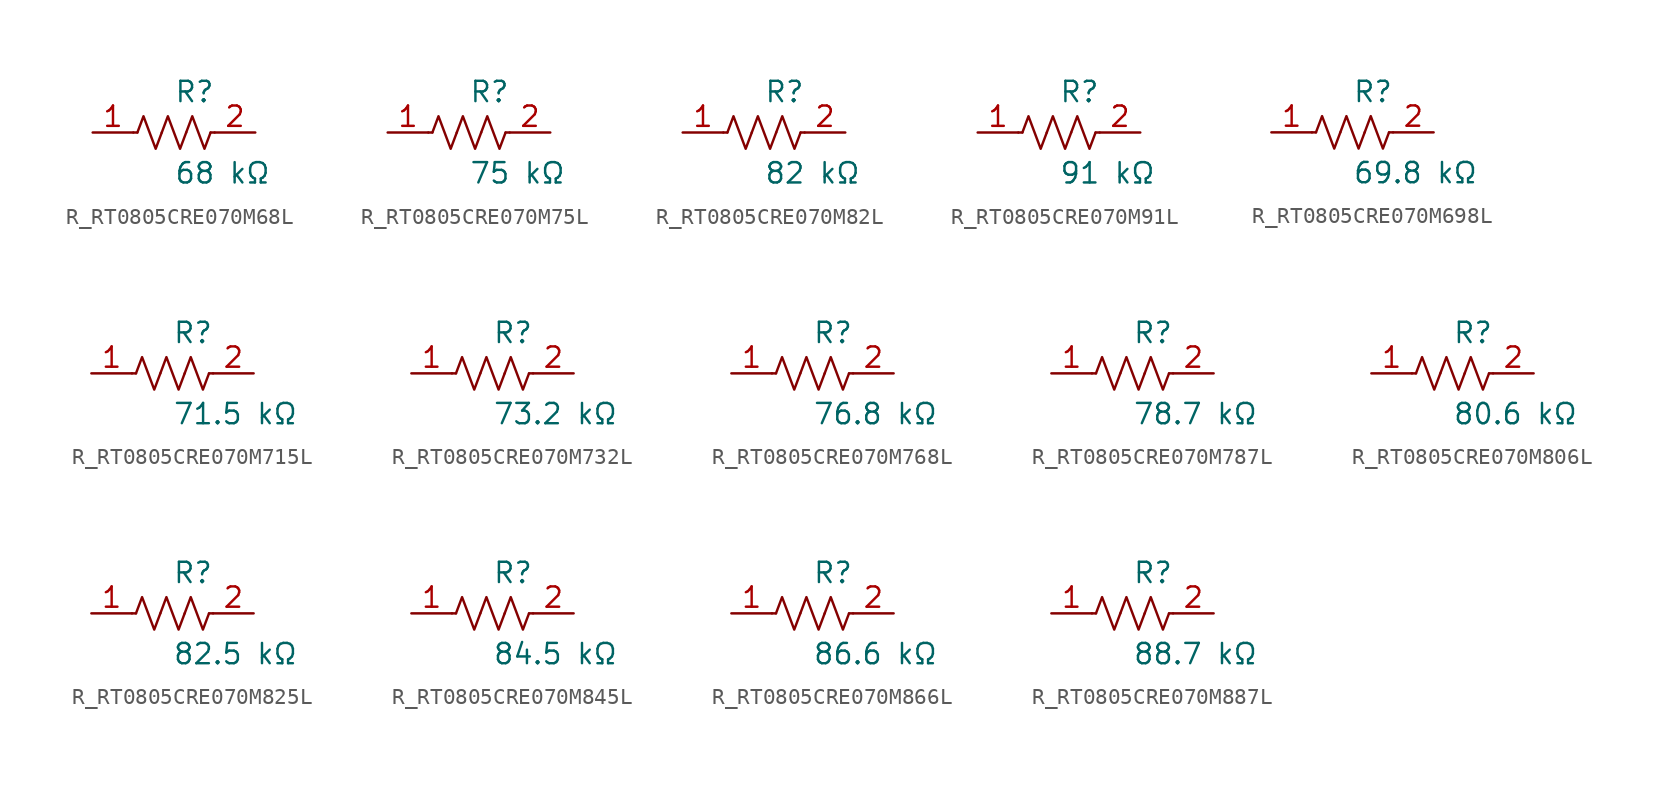
<source format=kicad_sym>
(kicad_symbol_lib
  (version 20231120)
  (generator kicad_symbol_editor)
  (generator_version 8.0)
  (symbol "R_RT0805CRE070M68L"
    (pin_names
      (offset 0.254))
    (property "Reference" "R"
      (at 0.0 2.54 0)
      (effects (font (size 1.27 1.27)) (justify left)))
    (property "Value" "68 kΩ"
      (at 0.0 -2.54 0)
      (effects (font (size 1.27 1.27)) (justify left)))
    (symbol "R_RT0805CRE070M68L_0_1"
      (polyline (pts (xy 2.286 0) (xy 2.54 0)) (stroke (width 0) (type default)) (fill (type none)))
      (polyline (pts (xy -2.286 0) (xy -2.54 0)) (stroke (width 0) (type default)) (fill (type none)))
      (polyline (pts (xy 0.762 0) (xy 1.143 1.016) (xy 1.524 0) (xy 1.905 -1.016) (xy 2.286 0)) (stroke (width 0) (type default)) (fill (type none)))
      (polyline (pts (xy -0.762 0) (xy -0.381 1.016) (xy 0 0) (xy 0.381 -1.016) (xy 0.762 0)) (stroke (width 0) (type default)) (fill (type none)))
      (polyline (pts (xy -2.286 0) (xy -1.905 1.016) (xy -1.524 0) (xy -1.143 -1.016) (xy -0.762 0)) (stroke (width 0) (type default)) (fill (type none))))
    (pin unspecified line
      (at -5.08 0 0)
      (length 2.54)
      (name "" (effects (font (size 1.27 1.27))))
      (number "1" (effects (font (size 1.27 1.27)))))
    (pin unspecified line
      (at 5.08 0 180)
      (length 2.54)
      (name "" (effects (font (size 1.27 1.27))))
      (number "2" (effects (font (size 1.27 1.27))))))
  (symbol "R_RT0805CRE070M75L"
    (pin_names
      (offset 0.254))
    (property "Reference" "R"
      (at 0.0 2.54 0)
      (effects (font (size 1.27 1.27)) (justify left)))
    (property "Value" "75 kΩ"
      (at 0.0 -2.54 0)
      (effects (font (size 1.27 1.27)) (justify left)))
    (symbol "R_RT0805CRE070M75L_0_1"
      (polyline (pts (xy 2.286 0) (xy 2.54 0)) (stroke (width 0) (type default)) (fill (type none)))
      (polyline (pts (xy -2.286 0) (xy -2.54 0)) (stroke (width 0) (type default)) (fill (type none)))
      (polyline (pts (xy 0.762 0) (xy 1.143 1.016) (xy 1.524 0) (xy 1.905 -1.016) (xy 2.286 0)) (stroke (width 0) (type default)) (fill (type none)))
      (polyline (pts (xy -0.762 0) (xy -0.381 1.016) (xy 0 0) (xy 0.381 -1.016) (xy 0.762 0)) (stroke (width 0) (type default)) (fill (type none)))
      (polyline (pts (xy -2.286 0) (xy -1.905 1.016) (xy -1.524 0) (xy -1.143 -1.016) (xy -0.762 0)) (stroke (width 0) (type default)) (fill (type none))))
    (pin unspecified line
      (at -5.08 0 0)
      (length 2.54)
      (name "" (effects (font (size 1.27 1.27))))
      (number "1" (effects (font (size 1.27 1.27)))))
    (pin unspecified line
      (at 5.08 0 180)
      (length 2.54)
      (name "" (effects (font (size 1.27 1.27))))
      (number "2" (effects (font (size 1.27 1.27))))))
  (symbol "R_RT0805CRE070M82L"
    (pin_names
      (offset 0.254))
    (property "Reference" "R"
      (at 0.0 2.54 0)
      (effects (font (size 1.27 1.27)) (justify left)))
    (property "Value" "82 kΩ"
      (at 0.0 -2.54 0)
      (effects (font (size 1.27 1.27)) (justify left)))
    (symbol "R_RT0805CRE070M82L_0_1"
      (polyline (pts (xy 2.286 0) (xy 2.54 0)) (stroke (width 0) (type default)) (fill (type none)))
      (polyline (pts (xy -2.286 0) (xy -2.54 0)) (stroke (width 0) (type default)) (fill (type none)))
      (polyline (pts (xy 0.762 0) (xy 1.143 1.016) (xy 1.524 0) (xy 1.905 -1.016) (xy 2.286 0)) (stroke (width 0) (type default)) (fill (type none)))
      (polyline (pts (xy -0.762 0) (xy -0.381 1.016) (xy 0 0) (xy 0.381 -1.016) (xy 0.762 0)) (stroke (width 0) (type default)) (fill (type none)))
      (polyline (pts (xy -2.286 0) (xy -1.905 1.016) (xy -1.524 0) (xy -1.143 -1.016) (xy -0.762 0)) (stroke (width 0) (type default)) (fill (type none))))
    (pin unspecified line
      (at -5.08 0 0)
      (length 2.54)
      (name "" (effects (font (size 1.27 1.27))))
      (number "1" (effects (font (size 1.27 1.27)))))
    (pin unspecified line
      (at 5.08 0 180)
      (length 2.54)
      (name "" (effects (font (size 1.27 1.27))))
      (number "2" (effects (font (size 1.27 1.27))))))
  (symbol "R_RT0805CRE070M91L"
    (pin_names
      (offset 0.254))
    (property "Reference" "R"
      (at 0.0 2.54 0)
      (effects (font (size 1.27 1.27)) (justify left)))
    (property "Value" "91 kΩ"
      (at 0.0 -2.54 0)
      (effects (font (size 1.27 1.27)) (justify left)))
    (symbol "R_RT0805CRE070M91L_0_1"
      (polyline (pts (xy 2.286 0) (xy 2.54 0)) (stroke (width 0) (type default)) (fill (type none)))
      (polyline (pts (xy -2.286 0) (xy -2.54 0)) (stroke (width 0) (type default)) (fill (type none)))
      (polyline (pts (xy 0.762 0) (xy 1.143 1.016) (xy 1.524 0) (xy 1.905 -1.016) (xy 2.286 0)) (stroke (width 0) (type default)) (fill (type none)))
      (polyline (pts (xy -0.762 0) (xy -0.381 1.016) (xy 0 0) (xy 0.381 -1.016) (xy 0.762 0)) (stroke (width 0) (type default)) (fill (type none)))
      (polyline (pts (xy -2.286 0) (xy -1.905 1.016) (xy -1.524 0) (xy -1.143 -1.016) (xy -0.762 0)) (stroke (width 0) (type default)) (fill (type none))))
    (pin unspecified line
      (at -5.08 0 0)
      (length 2.54)
      (name "" (effects (font (size 1.27 1.27))))
      (number "1" (effects (font (size 1.27 1.27)))))
    (pin unspecified line
      (at 5.08 0 180)
      (length 2.54)
      (name "" (effects (font (size 1.27 1.27))))
      (number "2" (effects (font (size 1.27 1.27))))))
  (symbol "R_RT0805CRE070M698L"
    (pin_names
      (offset 0.254))
    (property "Reference" "R"
      (at 0.0 2.54 0)
      (effects (font (size 1.27 1.27)) (justify left)))
    (property "Value" "69.8 kΩ"
      (at 0.0 -2.54 0)
      (effects (font (size 1.27 1.27)) (justify left)))
    (symbol "R_RT0805CRE070M698L_0_1"
      (polyline (pts (xy 2.286 0) (xy 2.54 0)) (stroke (width 0) (type default)) (fill (type none)))
      (polyline (pts (xy -2.286 0) (xy -2.54 0)) (stroke (width 0) (type default)) (fill (type none)))
      (polyline (pts (xy 0.762 0) (xy 1.143 1.016) (xy 1.524 0) (xy 1.905 -1.016) (xy 2.286 0)) (stroke (width 0) (type default)) (fill (type none)))
      (polyline (pts (xy -0.762 0) (xy -0.381 1.016) (xy 0 0) (xy 0.381 -1.016) (xy 0.762 0)) (stroke (width 0) (type default)) (fill (type none)))
      (polyline (pts (xy -2.286 0) (xy -1.905 1.016) (xy -1.524 0) (xy -1.143 -1.016) (xy -0.762 0)) (stroke (width 0) (type default)) (fill (type none))))
    (pin unspecified line
      (at -5.08 0 0)
      (length 2.54)
      (name "" (effects (font (size 1.27 1.27))))
      (number "1" (effects (font (size 1.27 1.27)))))
    (pin unspecified line
      (at 5.08 0 180)
      (length 2.54)
      (name "" (effects (font (size 1.27 1.27))))
      (number "2" (effects (font (size 1.27 1.27))))))
  (symbol "R_RT0805CRE070M715L"
    (pin_names
      (offset 0.254))
    (property "Reference" "R"
      (at 0.0 2.54 0)
      (effects (font (size 1.27 1.27)) (justify left)))
    (property "Value" "71.5 kΩ"
      (at 0.0 -2.54 0)
      (effects (font (size 1.27 1.27)) (justify left)))
    (symbol "R_RT0805CRE070M715L_0_1"
      (polyline (pts (xy 2.286 0) (xy 2.54 0)) (stroke (width 0) (type default)) (fill (type none)))
      (polyline (pts (xy -2.286 0) (xy -2.54 0)) (stroke (width 0) (type default)) (fill (type none)))
      (polyline (pts (xy 0.762 0) (xy 1.143 1.016) (xy 1.524 0) (xy 1.905 -1.016) (xy 2.286 0)) (stroke (width 0) (type default)) (fill (type none)))
      (polyline (pts (xy -0.762 0) (xy -0.381 1.016) (xy 0 0) (xy 0.381 -1.016) (xy 0.762 0)) (stroke (width 0) (type default)) (fill (type none)))
      (polyline (pts (xy -2.286 0) (xy -1.905 1.016) (xy -1.524 0) (xy -1.143 -1.016) (xy -0.762 0)) (stroke (width 0) (type default)) (fill (type none))))
    (pin unspecified line
      (at -5.08 0 0)
      (length 2.54)
      (name "" (effects (font (size 1.27 1.27))))
      (number "1" (effects (font (size 1.27 1.27)))))
    (pin unspecified line
      (at 5.08 0 180)
      (length 2.54)
      (name "" (effects (font (size 1.27 1.27))))
      (number "2" (effects (font (size 1.27 1.27))))))
  (symbol "R_RT0805CRE070M732L"
    (pin_names
      (offset 0.254))
    (property "Reference" "R"
      (at 0.0 2.54 0)
      (effects (font (size 1.27 1.27)) (justify left)))
    (property "Value" "73.2 kΩ"
      (at 0.0 -2.54 0)
      (effects (font (size 1.27 1.27)) (justify left)))
    (symbol "R_RT0805CRE070M732L_0_1"
      (polyline (pts (xy 2.286 0) (xy 2.54 0)) (stroke (width 0) (type default)) (fill (type none)))
      (polyline (pts (xy -2.286 0) (xy -2.54 0)) (stroke (width 0) (type default)) (fill (type none)))
      (polyline (pts (xy 0.762 0) (xy 1.143 1.016) (xy 1.524 0) (xy 1.905 -1.016) (xy 2.286 0)) (stroke (width 0) (type default)) (fill (type none)))
      (polyline (pts (xy -0.762 0) (xy -0.381 1.016) (xy 0 0) (xy 0.381 -1.016) (xy 0.762 0)) (stroke (width 0) (type default)) (fill (type none)))
      (polyline (pts (xy -2.286 0) (xy -1.905 1.016) (xy -1.524 0) (xy -1.143 -1.016) (xy -0.762 0)) (stroke (width 0) (type default)) (fill (type none))))
    (pin unspecified line
      (at -5.08 0 0)
      (length 2.54)
      (name "" (effects (font (size 1.27 1.27))))
      (number "1" (effects (font (size 1.27 1.27)))))
    (pin unspecified line
      (at 5.08 0 180)
      (length 2.54)
      (name "" (effects (font (size 1.27 1.27))))
      (number "2" (effects (font (size 1.27 1.27))))))
  (symbol "R_RT0805CRE070M768L"
    (pin_names
      (offset 0.254))
    (property "Reference" "R"
      (at 0.0 2.54 0)
      (effects (font (size 1.27 1.27)) (justify left)))
    (property "Value" "76.8 kΩ"
      (at 0.0 -2.54 0)
      (effects (font (size 1.27 1.27)) (justify left)))
    (symbol "R_RT0805CRE070M768L_0_1"
      (polyline (pts (xy 2.286 0) (xy 2.54 0)) (stroke (width 0) (type default)) (fill (type none)))
      (polyline (pts (xy -2.286 0) (xy -2.54 0)) (stroke (width 0) (type default)) (fill (type none)))
      (polyline (pts (xy 0.762 0) (xy 1.143 1.016) (xy 1.524 0) (xy 1.905 -1.016) (xy 2.286 0)) (stroke (width 0) (type default)) (fill (type none)))
      (polyline (pts (xy -0.762 0) (xy -0.381 1.016) (xy 0 0) (xy 0.381 -1.016) (xy 0.762 0)) (stroke (width 0) (type default)) (fill (type none)))
      (polyline (pts (xy -2.286 0) (xy -1.905 1.016) (xy -1.524 0) (xy -1.143 -1.016) (xy -0.762 0)) (stroke (width 0) (type default)) (fill (type none))))
    (pin unspecified line
      (at -5.08 0 0)
      (length 2.54)
      (name "" (effects (font (size 1.27 1.27))))
      (number "1" (effects (font (size 1.27 1.27)))))
    (pin unspecified line
      (at 5.08 0 180)
      (length 2.54)
      (name "" (effects (font (size 1.27 1.27))))
      (number "2" (effects (font (size 1.27 1.27))))))
  (symbol "R_RT0805CRE070M787L"
    (pin_names
      (offset 0.254))
    (property "Reference" "R"
      (at 0.0 2.54 0)
      (effects (font (size 1.27 1.27)) (justify left)))
    (property "Value" "78.7 kΩ"
      (at 0.0 -2.54 0)
      (effects (font (size 1.27 1.27)) (justify left)))
    (symbol "R_RT0805CRE070M787L_0_1"
      (polyline (pts (xy 2.286 0) (xy 2.54 0)) (stroke (width 0) (type default)) (fill (type none)))
      (polyline (pts (xy -2.286 0) (xy -2.54 0)) (stroke (width 0) (type default)) (fill (type none)))
      (polyline (pts (xy 0.762 0) (xy 1.143 1.016) (xy 1.524 0) (xy 1.905 -1.016) (xy 2.286 0)) (stroke (width 0) (type default)) (fill (type none)))
      (polyline (pts (xy -0.762 0) (xy -0.381 1.016) (xy 0 0) (xy 0.381 -1.016) (xy 0.762 0)) (stroke (width 0) (type default)) (fill (type none)))
      (polyline (pts (xy -2.286 0) (xy -1.905 1.016) (xy -1.524 0) (xy -1.143 -1.016) (xy -0.762 0)) (stroke (width 0) (type default)) (fill (type none))))
    (pin unspecified line
      (at -5.08 0 0)
      (length 2.54)
      (name "" (effects (font (size 1.27 1.27))))
      (number "1" (effects (font (size 1.27 1.27)))))
    (pin unspecified line
      (at 5.08 0 180)
      (length 2.54)
      (name "" (effects (font (size 1.27 1.27))))
      (number "2" (effects (font (size 1.27 1.27))))))
  (symbol "R_RT0805CRE070M806L"
    (pin_names
      (offset 0.254))
    (property "Reference" "R"
      (at 0.0 2.54 0)
      (effects (font (size 1.27 1.27)) (justify left)))
    (property "Value" "80.6 kΩ"
      (at 0.0 -2.54 0)
      (effects (font (size 1.27 1.27)) (justify left)))
    (symbol "R_RT0805CRE070M806L_0_1"
      (polyline (pts (xy 2.286 0) (xy 2.54 0)) (stroke (width 0) (type default)) (fill (type none)))
      (polyline (pts (xy -2.286 0) (xy -2.54 0)) (stroke (width 0) (type default)) (fill (type none)))
      (polyline (pts (xy 0.762 0) (xy 1.143 1.016) (xy 1.524 0) (xy 1.905 -1.016) (xy 2.286 0)) (stroke (width 0) (type default)) (fill (type none)))
      (polyline (pts (xy -0.762 0) (xy -0.381 1.016) (xy 0 0) (xy 0.381 -1.016) (xy 0.762 0)) (stroke (width 0) (type default)) (fill (type none)))
      (polyline (pts (xy -2.286 0) (xy -1.905 1.016) (xy -1.524 0) (xy -1.143 -1.016) (xy -0.762 0)) (stroke (width 0) (type default)) (fill (type none))))
    (pin unspecified line
      (at -5.08 0 0)
      (length 2.54)
      (name "" (effects (font (size 1.27 1.27))))
      (number "1" (effects (font (size 1.27 1.27)))))
    (pin unspecified line
      (at 5.08 0 180)
      (length 2.54)
      (name "" (effects (font (size 1.27 1.27))))
      (number "2" (effects (font (size 1.27 1.27))))))
  (symbol "R_RT0805CRE070M825L"
    (pin_names
      (offset 0.254))
    (property "Reference" "R"
      (at 0.0 2.54 0)
      (effects (font (size 1.27 1.27)) (justify left)))
    (property "Value" "82.5 kΩ"
      (at 0.0 -2.54 0)
      (effects (font (size 1.27 1.27)) (justify left)))
    (symbol "R_RT0805CRE070M825L_0_1"
      (polyline (pts (xy 2.286 0) (xy 2.54 0)) (stroke (width 0) (type default)) (fill (type none)))
      (polyline (pts (xy -2.286 0) (xy -2.54 0)) (stroke (width 0) (type default)) (fill (type none)))
      (polyline (pts (xy 0.762 0) (xy 1.143 1.016) (xy 1.524 0) (xy 1.905 -1.016) (xy 2.286 0)) (stroke (width 0) (type default)) (fill (type none)))
      (polyline (pts (xy -0.762 0) (xy -0.381 1.016) (xy 0 0) (xy 0.381 -1.016) (xy 0.762 0)) (stroke (width 0) (type default)) (fill (type none)))
      (polyline (pts (xy -2.286 0) (xy -1.905 1.016) (xy -1.524 0) (xy -1.143 -1.016) (xy -0.762 0)) (stroke (width 0) (type default)) (fill (type none))))
    (pin unspecified line
      (at -5.08 0 0)
      (length 2.54)
      (name "" (effects (font (size 1.27 1.27))))
      (number "1" (effects (font (size 1.27 1.27)))))
    (pin unspecified line
      (at 5.08 0 180)
      (length 2.54)
      (name "" (effects (font (size 1.27 1.27))))
      (number "2" (effects (font (size 1.27 1.27))))))
  (symbol "R_RT0805CRE070M845L"
    (pin_names
      (offset 0.254))
    (property "Reference" "R"
      (at 0.0 2.54 0)
      (effects (font (size 1.27 1.27)) (justify left)))
    (property "Value" "84.5 kΩ"
      (at 0.0 -2.54 0)
      (effects (font (size 1.27 1.27)) (justify left)))
    (symbol "R_RT0805CRE070M845L_0_1"
      (polyline (pts (xy 2.286 0) (xy 2.54 0)) (stroke (width 0) (type default)) (fill (type none)))
      (polyline (pts (xy -2.286 0) (xy -2.54 0)) (stroke (width 0) (type default)) (fill (type none)))
      (polyline (pts (xy 0.762 0) (xy 1.143 1.016) (xy 1.524 0) (xy 1.905 -1.016) (xy 2.286 0)) (stroke (width 0) (type default)) (fill (type none)))
      (polyline (pts (xy -0.762 0) (xy -0.381 1.016) (xy 0 0) (xy 0.381 -1.016) (xy 0.762 0)) (stroke (width 0) (type default)) (fill (type none)))
      (polyline (pts (xy -2.286 0) (xy -1.905 1.016) (xy -1.524 0) (xy -1.143 -1.016) (xy -0.762 0)) (stroke (width 0) (type default)) (fill (type none))))
    (pin unspecified line
      (at -5.08 0 0)
      (length 2.54)
      (name "" (effects (font (size 1.27 1.27))))
      (number "1" (effects (font (size 1.27 1.27)))))
    (pin unspecified line
      (at 5.08 0 180)
      (length 2.54)
      (name "" (effects (font (size 1.27 1.27))))
      (number "2" (effects (font (size 1.27 1.27))))))
  (symbol "R_RT0805CRE070M866L"
    (pin_names
      (offset 0.254))
    (property "Reference" "R"
      (at 0.0 2.54 0)
      (effects (font (size 1.27 1.27)) (justify left)))
    (property "Value" "86.6 kΩ"
      (at 0.0 -2.54 0)
      (effects (font (size 1.27 1.27)) (justify left)))
    (symbol "R_RT0805CRE070M866L_0_1"
      (polyline (pts (xy 2.286 0) (xy 2.54 0)) (stroke (width 0) (type default)) (fill (type none)))
      (polyline (pts (xy -2.286 0) (xy -2.54 0)) (stroke (width 0) (type default)) (fill (type none)))
      (polyline (pts (xy 0.762 0) (xy 1.143 1.016) (xy 1.524 0) (xy 1.905 -1.016) (xy 2.286 0)) (stroke (width 0) (type default)) (fill (type none)))
      (polyline (pts (xy -0.762 0) (xy -0.381 1.016) (xy 0 0) (xy 0.381 -1.016) (xy 0.762 0)) (stroke (width 0) (type default)) (fill (type none)))
      (polyline (pts (xy -2.286 0) (xy -1.905 1.016) (xy -1.524 0) (xy -1.143 -1.016) (xy -0.762 0)) (stroke (width 0) (type default)) (fill (type none))))
    (pin unspecified line
      (at -5.08 0 0)
      (length 2.54)
      (name "" (effects (font (size 1.27 1.27))))
      (number "1" (effects (font (size 1.27 1.27)))))
    (pin unspecified line
      (at 5.08 0 180)
      (length 2.54)
      (name "" (effects (font (size 1.27 1.27))))
      (number "2" (effects (font (size 1.27 1.27))))))
  (symbol "R_RT0805CRE070M887L"
    (pin_names
      (offset 0.254))
    (property "Reference" "R"
      (at 0.0 2.54 0)
      (effects (font (size 1.27 1.27)) (justify left)))
    (property "Value" "88.7 kΩ"
      (at 0.0 -2.54 0)
      (effects (font (size 1.27 1.27)) (justify left)))
    (symbol "R_RT0805CRE070M887L_0_1"
      (polyline (pts (xy 2.286 0) (xy 2.54 0)) (stroke (width 0) (type default)) (fill (type none)))
      (polyline (pts (xy -2.286 0) (xy -2.54 0)) (stroke (width 0) (type default)) (fill (type none)))
      (polyline (pts (xy 0.762 0) (xy 1.143 1.016) (xy 1.524 0) (xy 1.905 -1.016) (xy 2.286 0)) (stroke (width 0) (type default)) (fill (type none)))
      (polyline (pts (xy -0.762 0) (xy -0.381 1.016) (xy 0 0) (xy 0.381 -1.016) (xy 0.762 0)) (stroke (width 0) (type default)) (fill (type none)))
      (polyline (pts (xy -2.286 0) (xy -1.905 1.016) (xy -1.524 0) (xy -1.143 -1.016) (xy -0.762 0)) (stroke (width 0) (type default)) (fill (type none))))
    (pin unspecified line
      (at -5.08 0 0)
      (length 2.54)
      (name "" (effects (font (size 1.27 1.27))))
      (number "1" (effects (font (size 1.27 1.27)))))
    (pin unspecified line
      (at 5.08 0 180)
      (length 2.54)
      (name "" (effects (font (size 1.27 1.27))))
      (number "2" (effects (font (size 1.27 1.27)))))))
</source>
